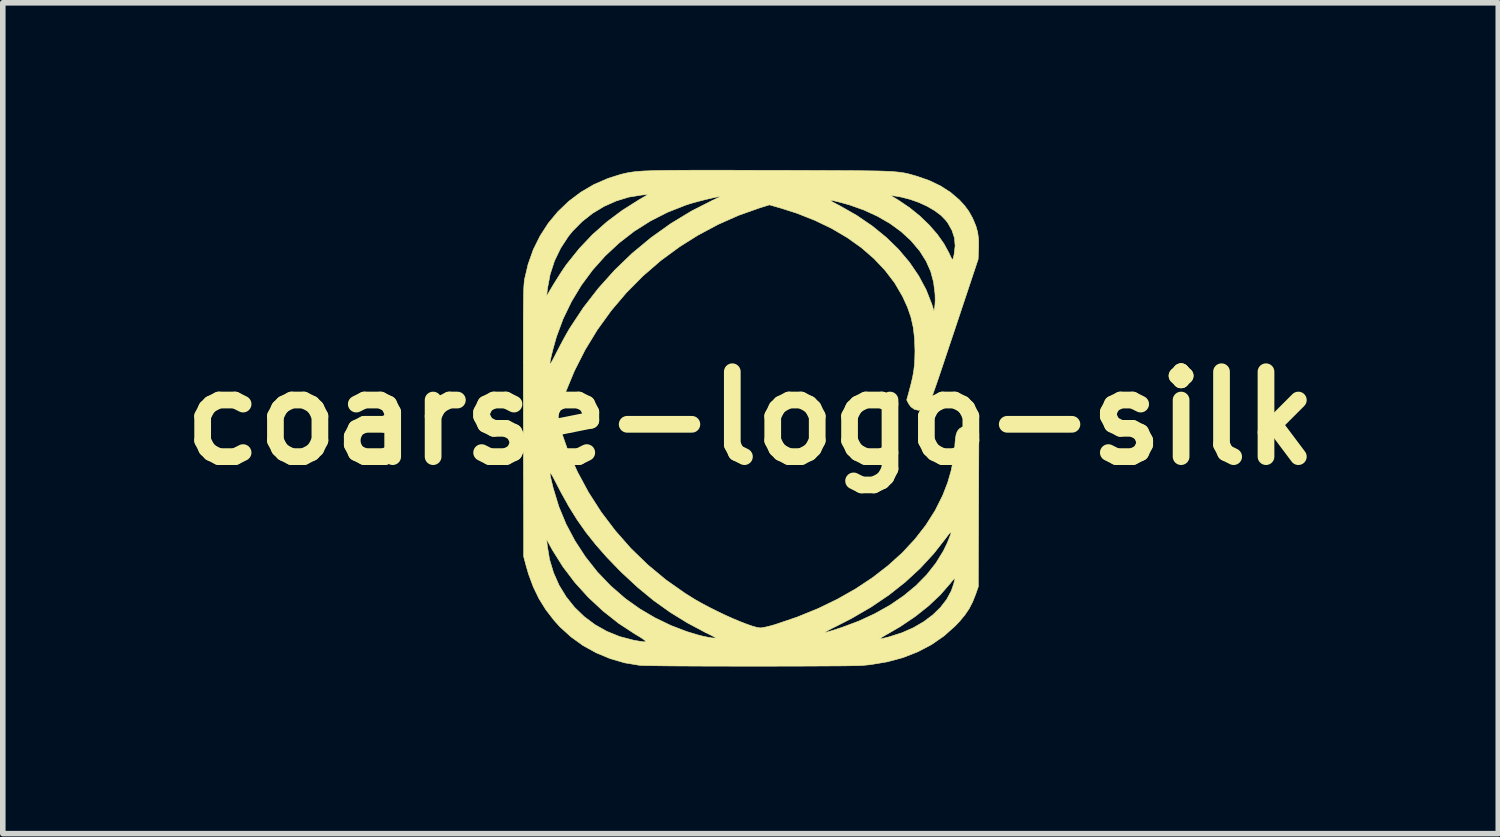
<source format=kicad_pcb>
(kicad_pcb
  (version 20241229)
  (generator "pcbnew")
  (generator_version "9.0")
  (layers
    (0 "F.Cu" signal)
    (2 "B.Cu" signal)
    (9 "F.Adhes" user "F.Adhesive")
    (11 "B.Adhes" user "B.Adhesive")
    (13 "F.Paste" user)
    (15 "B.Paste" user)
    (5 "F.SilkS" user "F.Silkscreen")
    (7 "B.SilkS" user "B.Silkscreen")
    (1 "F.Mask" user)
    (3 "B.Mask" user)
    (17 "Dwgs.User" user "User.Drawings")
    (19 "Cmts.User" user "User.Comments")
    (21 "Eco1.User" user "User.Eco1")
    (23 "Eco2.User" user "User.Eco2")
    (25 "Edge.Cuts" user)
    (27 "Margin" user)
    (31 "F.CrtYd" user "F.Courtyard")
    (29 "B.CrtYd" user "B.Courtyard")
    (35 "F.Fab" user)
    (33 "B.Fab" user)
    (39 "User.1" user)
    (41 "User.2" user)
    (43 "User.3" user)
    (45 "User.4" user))
  (footprint "coarse-logo-silk"
    (layer "F.Cu")
    (at 10.421 4.457)
    (property "Reference" "coarse-logo-silk" (at 0 0 0) (layer "F.SilkS") (effects (font (size 1.524 1.524) (thickness 0.3))))
    (attr through_hole)
    (fp_poly (pts (xy -0.486 -4.452) (xy -0.209 -4.451) (xy 0.098 -4.45) (xy 0.364 -4.45) (xy 0.687 -4.449) (xy 0.978 -4.448) (xy 1.239 -4.447) (xy 1.472 -4.446) (xy 1.678 -4.445) (xy 1.86 -4.444) (xy 2.02 -4.442) (xy 2.16 -4.44) (xy 2.281 -4.438) (xy 2.386 -4.435) (xy 2.476 -4.431) (xy 2.553 -4.427) (xy 2.619 -4.421) (xy 2.677 -4.415) (xy 2.727 -4.408) (xy 2.773 -4.4) (xy 2.815 -4.391) (xy 2.856 -4.381) (xy 2.898 -4.369) (xy 2.943 -4.356) (xy 2.989 -4.343) (xy 3.21 -4.266) (xy 3.413 -4.168) (xy 3.592 -4.053) (xy 3.745 -3.922) (xy 3.748 -3.92) (xy 3.843 -3.816) (xy 3.917 -3.716) (xy 3.98 -3.604) (xy 3.997 -3.568) (xy 4.046 -3.45) (xy 4.077 -3.339) (xy 4.093 -3.223) (xy 4.095 -3.09) (xy 4.094 -3.048) (xy 4.086 -2.853) (xy 3.651 -1.546) (xy 3.571 -1.308) (xy 3.502 -1.101) (xy 3.442 -0.921) (xy 3.39 -0.767) (xy 3.346 -0.637) (xy 3.308 -0.529) (xy 3.277 -0.441) (xy 3.25 -0.37) (xy 3.229 -0.314) (xy 3.211 -0.272) (xy 3.197 -0.241) (xy 3.184 -0.219) (xy 3.174 -0.205) (xy 3.165 -0.196) (xy 3.092 -0.154) (xy 3.015 -0.142) (xy 2.941 -0.16) (xy 2.877 -0.207) (xy 2.838 -0.262) (xy 2.804 -0.328) (xy 2.844 -0.473) (xy 2.882 -0.619) (xy 2.911 -0.742) (xy 2.93 -0.853) (xy 2.943 -0.96) (xy 2.949 -1.074) (xy 2.952 -1.203) (xy 2.952 -1.219) (xy 2.944 -1.436) (xy 2.921 -1.631) (xy 2.88 -1.813) (xy 2.818 -1.992) (xy 2.734 -2.177) (xy 2.727 -2.191) (xy 2.588 -2.429) (xy 2.417 -2.653) (xy 2.218 -2.864) (xy 1.991 -3.061) (xy 1.738 -3.241) (xy 1.46 -3.405) (xy 1.157 -3.551) (xy 0.833 -3.679) (xy 0.552 -3.769) (xy 0.34 -3.83) (xy 0.166 -3.776) (xy -0.21 -3.643) (xy -0.581 -3.479) (xy -0.944 -3.285) (xy -1.27 -3.08) (xy -1.612 -2.829) (xy -1.932 -2.552) (xy -2.229 -2.252) (xy -2.502 -1.93) (xy -2.749 -1.588) (xy -2.969 -1.227) (xy -3.161 -0.849) (xy -3.324 -0.455) (xy -3.412 -0.199) (xy -3.474 -0.001) (xy -3.42 0.173) (xy -3.28 0.573) (xy -3.108 0.959) (xy -2.908 1.33) (xy -2.68 1.685) (xy -2.426 2.02) (xy -2.148 2.336) (xy -1.846 2.629) (xy -1.522 2.898) (xy -1.177 3.141) (xy -0.996 3.254) (xy -0.872 3.324) (xy -0.738 3.395) (xy -0.598 3.465) (xy -0.457 3.533) (xy -0.318 3.595) (xy -0.187 3.65) (xy -0.068 3.696) (xy 0.035 3.732) (xy 0.118 3.755) (xy 0.175 3.763) (xy 0.178 3.764) (xy 0.22 3.758) (xy 0.286 3.745) (xy 0.366 3.725) (xy 0.449 3.701) (xy 0.84 3.568) (xy 1.211 3.417) (xy 1.56 3.248) (xy 1.888 3.062) (xy 2.191 2.861) (xy 2.47 2.645) (xy 2.724 2.416) (xy 2.95 2.173) (xy 3.147 1.92) (xy 3.315 1.655) (xy 3.452 1.381) (xy 3.54 1.153) (xy 3.601 0.942) (xy 3.643 0.733) (xy 3.667 0.511) (xy 3.669 0.47) (xy 3.678 0.365) (xy 3.692 0.288) (xy 3.714 0.232) (xy 3.747 0.192) (xy 3.792 0.162) (xy 3.795 0.16) (xy 3.872 0.138) (xy 3.949 0.148) (xy 4.02 0.188) (xy 4.043 0.211) (xy 4.099 0.271) (xy 4.094 1.647) (xy 4.089 3.023) (xy 4.042 3.158) (xy 3.987 3.297) (xy 3.924 3.419) (xy 3.846 3.534) (xy 3.748 3.651) (xy 3.675 3.728) (xy 3.473 3.908) (xy 3.249 4.063) (xy 3.004 4.192) (xy 2.738 4.296) (xy 2.453 4.373) (xy 2.147 4.424) (xy 2.02 4.436) (xy 1.974 4.439) (xy 1.898 4.441) (xy 1.793 4.443) (xy 1.664 4.445) (xy 1.512 4.446) (xy 1.34 4.447) (xy 1.151 4.448) (xy 0.949 4.449) (xy 0.734 4.45) (xy 0.512 4.45) (xy 0.283 4.451) (xy 0.051 4.451) (xy -0.181 4.451) (xy -0.411 4.45) (xy -0.636 4.45) (xy -0.853 4.449) (xy -1.059 4.448) (xy -1.252 4.447) (xy -1.429 4.446) (xy -1.587 4.444) (xy -1.723 4.442) (xy -1.835 4.44) (xy -1.92 4.438) (xy -1.975 4.436) (xy -1.99 4.435) (xy -2.257 4.391) (xy -2.518 4.315) (xy -2.769 4.211) (xy -3.006 4.08) (xy -3.224 3.923) (xy -3.422 3.743) (xy -3.524 3.63) (xy -3.674 3.436) (xy -3.797 3.238) (xy -3.899 3.027) (xy -3.984 2.798) (xy -4.027 2.65) (xy -4.072 2.481) (xy -4.072 2.176) (xy -3.659 2.176) (xy -3.648 2.286) (xy -3.607 2.536) (xy -3.535 2.774) (xy -3.436 2.998) (xy -3.309 3.205) (xy -3.159 3.393) (xy -2.985 3.561) (xy -2.791 3.706) (xy -2.578 3.826) (xy -2.348 3.919) (xy -2.103 3.983) (xy -2.079 3.988) (xy -1.984 4.004) (xy -1.92 4.013) (xy -1.886 4.012) (xy -1.882 4) (xy -1.908 3.977) (xy -1.917 3.971) (xy 2.269 3.971) (xy 2.278 3.979) (xy 2.286 3.971) (xy 2.278 3.962) (xy 2.269 3.971) (xy -1.917 3.971) (xy -1.931 3.962) (xy 2.318 3.962) (xy 2.32 3.962) (xy 2.347 3.958) (xy 2.397 3.947) (xy 2.463 3.931) (xy 2.499 3.921) (xy 2.72 3.85) (xy 2.924 3.76) (xy 3.108 3.653) (xy 3.271 3.531) (xy 3.41 3.396) (xy 3.522 3.251) (xy 3.605 3.097) (xy 3.648 2.971) (xy 3.661 2.919) (xy 3.669 2.881) (xy 3.669 2.868) (xy 3.658 2.878) (xy 3.631 2.908) (xy 3.594 2.953) (xy 3.589 2.96) (xy 3.407 3.169) (xy 3.194 3.37) (xy 2.953 3.561) (xy 2.687 3.74) (xy 2.493 3.853) (xy 2.422 3.893) (xy 2.367 3.926) (xy 2.331 3.95) (xy 2.318 3.962) (xy -1.931 3.962) (xy -1.964 3.939) (xy -2.05 3.887) (xy -2.068 3.877) (xy -2.367 3.681) (xy -2.649 3.458) (xy -2.912 3.213) (xy -3.153 2.947) (xy -3.367 2.665) (xy -3.553 2.369) (xy -3.584 2.313) (xy -3.659 2.176) (xy -4.072 2.176) (xy -4.075 1) (xy -3.598 1) (xy -3.59 1.051) (xy -3.571 1.134) (xy -3.543 1.249) (xy -3.539 1.262) (xy -3.441 1.585) (xy -3.311 1.899) (xy -3.151 2.2) (xy -2.964 2.487) (xy -2.751 2.757) (xy -2.513 3.006) (xy -2.254 3.231) (xy -2.235 3.246) (xy -1.985 3.423) (xy -1.713 3.583) (xy -1.429 3.72) (xy -1.139 3.831) (xy -0.931 3.893) (xy -0.843 3.915) (xy -0.763 3.931) (xy -0.697 3.942) (xy -0.651 3.946) (xy -0.628 3.944) (xy -0.629 3.937) (xy -0.647 3.927) (xy -0.689 3.905) (xy -0.748 3.875) (xy -0.806 3.846) (xy -0.813 3.843) (xy 1.34 3.843) (xy 1.358 3.842) (xy 1.407 3.829) (xy 1.487 3.805) (xy 1.599 3.768) (xy 1.626 3.76) (xy 1.94 3.643) (xy 2.232 3.508) (xy 2.503 3.356) (xy 2.749 3.188) (xy 2.97 3.005) (xy 3.163 2.809) (xy 3.328 2.6) (xy 3.463 2.38) (xy 3.53 2.242) (xy 3.568 2.149) (xy 3.592 2.086) (xy 3.6 2.052) (xy 3.592 2.047) (xy 3.569 2.069) (xy 3.53 2.119) (xy 3.514 2.142) (xy 3.29 2.428) (xy 3.045 2.694) (xy 2.776 2.942) (xy 2.482 3.174) (xy 2.161 3.391) (xy 1.811 3.594) (xy 1.566 3.72) (xy 1.465 3.77) (xy 1.394 3.807) (xy 1.352 3.831) (xy 1.34 3.843) (xy -0.813 3.843) (xy -1.133 3.673) (xy -1.441 3.483) (xy -1.737 3.272) (xy -2.025 3.035) (xy -2.311 2.77) (xy -2.363 2.718) (xy -2.583 2.49) (xy -2.777 2.269) (xy -2.952 2.049) (xy -3.112 1.822) (xy -3.262 1.581) (xy -3.407 1.32) (xy -3.468 1.202) (xy -3.519 1.103) (xy -3.557 1.032) (xy -3.583 0.991) (xy -3.596 0.98) (xy -3.598 1) (xy -4.075 1) (xy -4.077 0.069) (xy -4.077 -0.271) (xy -4.078 -0.58) (xy -4.078 -0.857) (xy -4.078 -0.996) (xy -3.6 -0.996) (xy -3.597 -0.978) (xy -3.583 -0.991) (xy -3.557 -1.033) (xy -3.519 -1.106) (xy -3.483 -1.177) (xy -3.429 -1.281) (xy -3.37 -1.392) (xy -3.311 -1.5) (xy -3.258 -1.592) (xy -3.243 -1.617) (xy -3.001 -1.983) (xy -2.732 -2.33) (xy -2.439 -2.657) (xy -2.123 -2.961) (xy -1.786 -3.24) (xy -1.43 -3.494) (xy -1.057 -3.72) (xy -0.691 -3.906) (xy 1.438 -3.906) (xy 1.466 -3.886) (xy 1.525 -3.854) (xy 1.604 -3.813) (xy 1.907 -3.64) (xy 2.184 -3.451) (xy 2.435 -3.247) (xy 2.658 -3.03) (xy 2.853 -2.799) (xy 3.018 -2.557) (xy 3.153 -2.305) (xy 3.256 -2.043) (xy 3.262 -2.023) (xy 3.293 -1.925) (xy 3.307 -1.999) (xy 3.312 -2.051) (xy 3.315 -2.123) (xy 3.313 -2.204) (xy 3.312 -2.233) (xy 3.286 -2.442) (xy 3.234 -2.637) (xy 3.152 -2.82) (xy 3.041 -2.997) (xy 2.897 -3.169) (xy 2.875 -3.193) (xy 2.704 -3.35) (xy 2.505 -3.495) (xy 2.282 -3.624) (xy 2.039 -3.736) (xy 1.78 -3.828) (xy 1.637 -3.868) (xy 1.54 -3.893) (xy 1.474 -3.908) (xy 1.441 -3.913) (xy 1.438 -3.906) (xy -0.691 -3.906) (xy -0.686 -3.908) (xy -0.623 -3.938) (xy -0.576 -3.961) (xy -0.549 -3.976) (xy -0.546 -3.979) (xy -0.582 -3.975) (xy -0.644 -3.963) (xy -0.724 -3.945) (xy -0.816 -3.923) (xy -0.913 -3.898) (xy -1.008 -3.873) (xy -1.094 -3.848) (xy -1.164 -3.825) (xy -1.489 -3.697) (xy -1.797 -3.54) (xy -2.088 -3.356) (xy -2.359 -3.146) (xy -2.608 -2.914) (xy -2.835 -2.66) (xy -3.038 -2.385) (xy -3.214 -2.093) (xy -3.364 -1.783) (xy -3.484 -1.459) (xy -3.546 -1.237) (xy -3.574 -1.125) (xy -3.592 -1.044) (xy -3.6 -0.996) (xy -4.078 -0.996) (xy -4.078 -1.106) (xy -4.078 -1.328) (xy -4.078 -1.524) (xy -4.078 -1.696) (xy -4.077 -1.847) (xy -4.076 -1.976) (xy -4.075 -2.087) (xy -4.073 -2.181) (xy -4.073 -2.193) (xy -3.66 -2.193) (xy -3.526 -2.417) (xy -3.469 -2.508) (xy -3.409 -2.603) (xy -3.351 -2.69) (xy -3.303 -2.76) (xy -3.293 -2.772) (xy -3.072 -3.047) (xy -2.836 -3.296) (xy -2.581 -3.522) (xy -2.303 -3.73) (xy -1.998 -3.923) (xy -1.989 -3.928) (xy -1.867 -3.999) (xy 2.515 -3.999) (xy 2.659 -3.911) (xy 2.856 -3.778) (xy 3.04 -3.629) (xy 3.207 -3.468) (xy 3.353 -3.301) (xy 3.474 -3.129) (xy 3.566 -2.959) (xy 3.573 -2.942) (xy 3.597 -2.892) (xy 3.616 -2.857) (xy 3.626 -2.845) (xy 3.634 -2.86) (xy 3.646 -2.899) (xy 3.655 -2.941) (xy 3.673 -3.094) (xy 3.661 -3.236) (xy 3.617 -3.371) (xy 3.542 -3.504) (xy 3.506 -3.552) (xy 3.421 -3.64) (xy 3.309 -3.724) (xy 3.175 -3.803) (xy 3.025 -3.872) (xy 2.867 -3.928) (xy 2.704 -3.97) (xy 2.599 -3.988) (xy 2.515 -3.999) (xy -1.867 -3.999) (xy -1.837 -4.017) (xy -1.956 -4.006) (xy -2.185 -3.969) (xy -2.41 -3.9) (xy -2.628 -3.803) (xy -2.834 -3.679) (xy -3.023 -3.53) (xy -3.191 -3.361) (xy -3.269 -3.265) (xy -3.408 -3.052) (xy -3.518 -2.824) (xy -3.597 -2.581) (xy -3.645 -2.323) (xy -3.648 -2.294) (xy -3.66 -2.193) (xy -4.073 -2.193) (xy -4.072 -2.26) (xy -4.07 -2.324) (xy -4.067 -2.377) (xy -4.064 -2.419) (xy -4.061 -2.453) (xy -4.058 -2.479) (xy -4.057 -2.488) (xy -3.992 -2.764) (xy -3.899 -3.026) (xy -3.777 -3.272) (xy -3.63 -3.5) (xy -3.457 -3.708) (xy -3.262 -3.894) (xy -3.046 -4.057) (xy -2.811 -4.195) (xy -2.557 -4.305) (xy -2.332 -4.376) (xy -2.288 -4.387) (xy -2.245 -4.397) (xy -2.202 -4.406) (xy -2.156 -4.414) (xy -2.106 -4.421) (xy -2.05 -4.428) (xy -1.985 -4.433) (xy -1.911 -4.438) (xy -1.825 -4.441) (xy -1.725 -4.445) (xy -1.61 -4.447) (xy -1.477 -4.449) (xy -1.325 -4.45) (xy -1.151 -4.451) (xy -0.955 -4.452) (xy -0.734 -4.452) (xy -0.486 -4.452)) (stroke (width 0.01) (type solid)) (fill yes) (layer "F.SilkS")))
  (gr_rect
    (start -3 -3)
    (end 23.843 11.913)
    (stroke (width 0.1) (type default))
    (fill no)
    (layer "Edge.Cuts")))
</source>
